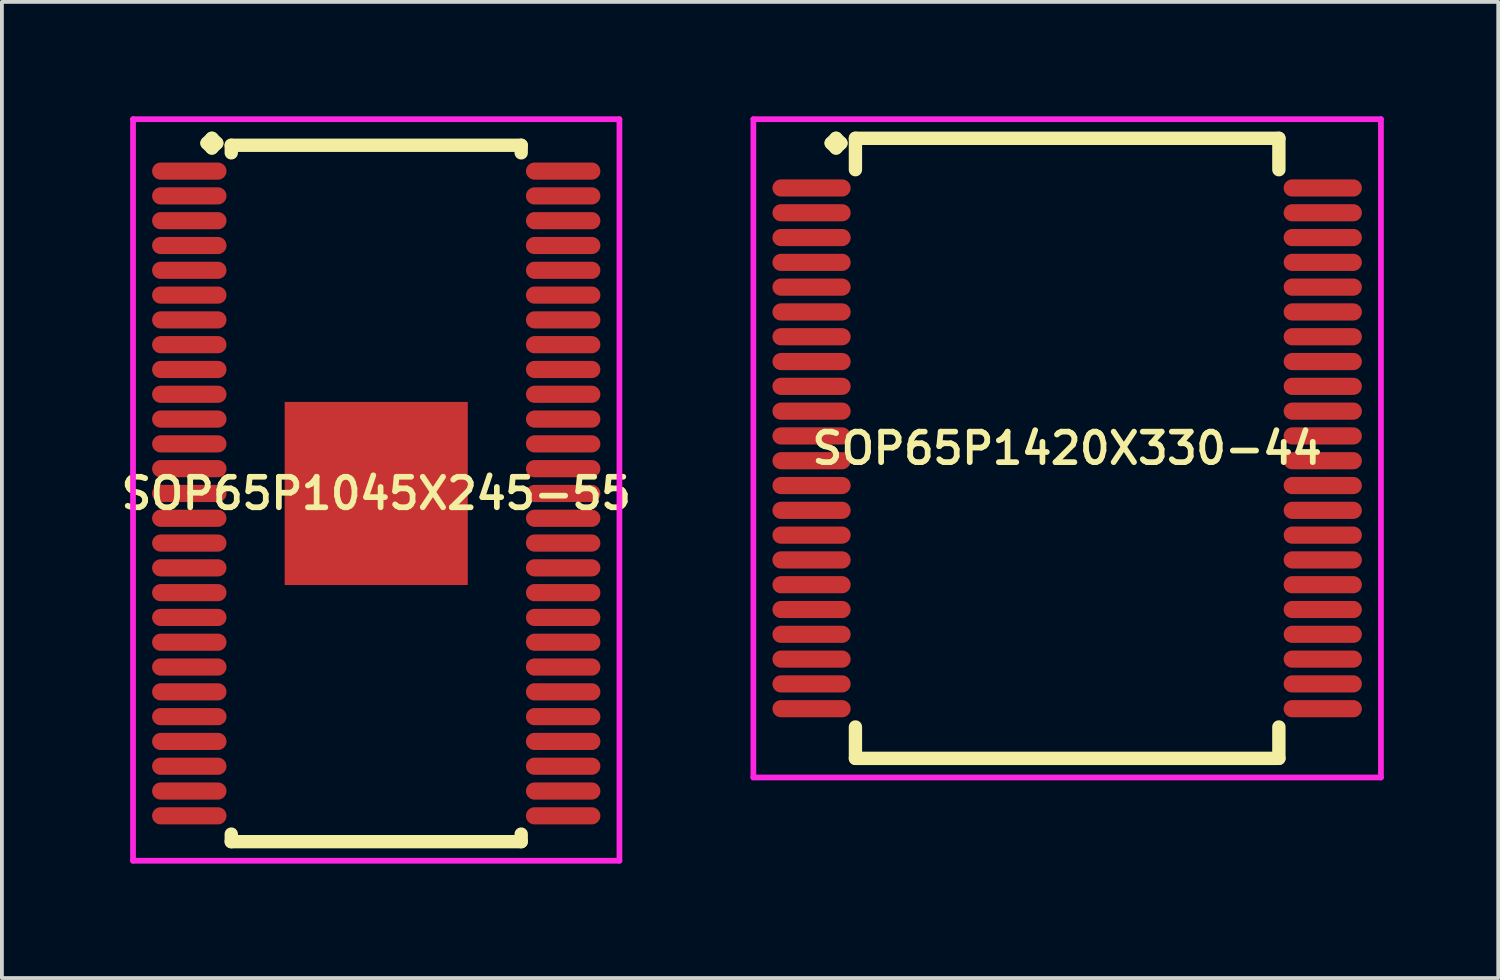
<source format=kicad_pcb>
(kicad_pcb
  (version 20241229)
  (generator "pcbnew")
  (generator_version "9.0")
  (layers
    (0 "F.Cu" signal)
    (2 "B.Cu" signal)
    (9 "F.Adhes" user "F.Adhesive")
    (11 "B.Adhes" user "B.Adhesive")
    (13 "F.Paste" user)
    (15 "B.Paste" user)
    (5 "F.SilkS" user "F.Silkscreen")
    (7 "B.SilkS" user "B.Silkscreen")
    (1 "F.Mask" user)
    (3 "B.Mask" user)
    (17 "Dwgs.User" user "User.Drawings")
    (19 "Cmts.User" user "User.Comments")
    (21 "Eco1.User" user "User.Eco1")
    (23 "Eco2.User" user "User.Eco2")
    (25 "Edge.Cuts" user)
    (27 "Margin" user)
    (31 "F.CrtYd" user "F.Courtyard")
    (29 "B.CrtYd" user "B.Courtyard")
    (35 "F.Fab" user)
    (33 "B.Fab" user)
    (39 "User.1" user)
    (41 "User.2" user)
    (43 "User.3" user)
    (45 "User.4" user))
  (footprint "SOP65P1045X245-55"
    (layer "F.Cu")
    (at 6.812 9.885)
    (property "Reference" "SOP65P1045X245-55" (at 0 0 0) (layer "F.SilkS") (effects (font (size 0.8 0.8) (thickness 0.15))))
    (attr smd)
    (fp_line (start -4.435 -9.183) (end -4.308 -9.31) (stroke (width 0.35) (type solid)) (layer "F.SilkS"))
    (fp_line (start -4.308 -9.31) (end -4.181 -9.183) (stroke (width 0.35) (type solid)) (layer "F.SilkS"))
    (fp_line (start -4.308 -9.056) (end -4.435 -9.183) (stroke (width 0.35) (type solid)) (layer "F.SilkS"))
    (fp_line (start -4.181 -9.183) (end -4.308 -9.056) (stroke (width 0.35) (type solid)) (layer "F.SilkS"))
    (fp_line (start -3.8 -9.127) (end 3.8 -9.127) (stroke (width 0.35) (type solid)) (layer "F.SilkS"))
    (fp_line (start -3.8 -8.929) (end -3.8 -9.127) (stroke (width 0.35) (type solid)) (layer "F.SilkS"))
    (fp_line (start -3.8 8.929) (end -3.8 9.127) (stroke (width 0.35) (type solid)) (layer "F.SilkS"))
    (fp_line (start -3.8 9.127) (end 3.8 9.127) (stroke (width 0.35) (type solid)) (layer "F.SilkS"))
    (fp_line (start 3.8 -9.127) (end 3.8 -8.929) (stroke (width 0.35) (type solid)) (layer "F.SilkS"))
    (fp_line (start 3.8 9.127) (end 3.8 8.929) (stroke (width 0.35) (type solid)) (layer "F.SilkS"))
    (fp_line (start -6.375 -9.81) (end 6.375 -9.81) (stroke (width 0.15) (type solid)) (layer "F.CrtYd"))
    (fp_line (start -6.375 9.627) (end -6.375 -9.81) (stroke (width 0.15) (type solid)) (layer "F.CrtYd"))
    (fp_line (start 6.375 -9.81) (end 6.375 9.627) (stroke (width 0.15) (type solid)) (layer "F.CrtYd"))
    (fp_line (start 6.375 9.627) (end -6.375 9.627) (stroke (width 0.15) (type solid)) (layer "F.CrtYd"))
    (pad "1" smd oval (at -4.9 -8.45) (size 1.95 0.45) (layers "F.Cu" "F.Mask" "F.Paste"))
    (pad "2" smd oval (at -4.9 -7.8) (size 1.95 0.45) (layers "F.Cu" "F.Mask" "F.Paste"))
    (pad "3" smd oval (at -4.9 -7.15) (size 1.95 0.45) (layers "F.Cu" "F.Mask" "F.Paste"))
    (pad "4" smd oval (at -4.9 -6.5) (size 1.95 0.45) (layers "F.Cu" "F.Mask" "F.Paste"))
    (pad "5" smd oval (at -4.9 -5.85) (size 1.95 0.45) (layers "F.Cu" "F.Mask" "F.Paste"))
    (pad "6" smd oval (at -4.9 -5.2) (size 1.95 0.45) (layers "F.Cu" "F.Mask" "F.Paste"))
    (pad "7" smd oval (at -4.9 -4.55) (size 1.95 0.45) (layers "F.Cu" "F.Mask" "F.Paste"))
    (pad "8" smd oval (at -4.9 -3.9) (size 1.95 0.45) (layers "F.Cu" "F.Mask" "F.Paste"))
    (pad "9" smd oval (at -4.9 -3.25) (size 1.95 0.45) (layers "F.Cu" "F.Mask" "F.Paste"))
    (pad "10" smd oval (at -4.9 -2.6) (size 1.95 0.45) (layers "F.Cu" "F.Mask" "F.Paste"))
    (pad "11" smd oval (at -4.9 -1.95) (size 1.95 0.45) (layers "F.Cu" "F.Mask" "F.Paste"))
    (pad "12" smd oval (at -4.9 -1.3) (size 1.95 0.45) (layers "F.Cu" "F.Mask" "F.Paste"))
    (pad "13" smd oval (at -4.9 -0.65) (size 1.95 0.45) (layers "F.Cu" "F.Mask" "F.Paste"))
    (pad "14" smd oval (at -4.9 0) (size 1.95 0.45) (layers "F.Cu" "F.Mask" "F.Paste"))
    (pad "15" smd oval (at -4.9 0.65) (size 1.95 0.45) (layers "F.Cu" "F.Mask" "F.Paste"))
    (pad "16" smd oval (at -4.9 1.3) (size 1.95 0.45) (layers "F.Cu" "F.Mask" "F.Paste"))
    (pad "17" smd oval (at -4.9 1.95) (size 1.95 0.45) (layers "F.Cu" "F.Mask" "F.Paste"))
    (pad "18" smd oval (at -4.9 2.6) (size 1.95 0.45) (layers "F.Cu" "F.Mask" "F.Paste"))
    (pad "19" smd oval (at -4.9 3.25) (size 1.95 0.45) (layers "F.Cu" "F.Mask" "F.Paste"))
    (pad "20" smd oval (at -4.9 3.9) (size 1.95 0.45) (layers "F.Cu" "F.Mask" "F.Paste"))
    (pad "21" smd oval (at -4.9 4.55) (size 1.95 0.45) (layers "F.Cu" "F.Mask" "F.Paste"))
    (pad "22" smd oval (at -4.9 5.2) (size 1.95 0.45) (layers "F.Cu" "F.Mask" "F.Paste"))
    (pad "23" smd oval (at -4.9 5.85) (size 1.95 0.45) (layers "F.Cu" "F.Mask" "F.Paste"))
    (pad "24" smd oval (at -4.9 6.5) (size 1.95 0.45) (layers "F.Cu" "F.Mask" "F.Paste"))
    (pad "25" smd oval (at -4.9 7.15) (size 1.95 0.45) (layers "F.Cu" "F.Mask" "F.Paste"))
    (pad "26" smd oval (at -4.9 7.8) (size 1.95 0.45) (layers "F.Cu" "F.Mask" "F.Paste"))
    (pad "27" smd oval (at -4.9 8.45) (size 1.95 0.45) (layers "F.Cu" "F.Mask" "F.Paste"))
    (pad "28" smd oval (at 4.9 8.45) (size 1.95 0.45) (layers "F.Cu" "F.Mask" "F.Paste"))
    (pad "29" smd oval (at 4.9 7.8) (size 1.95 0.45) (layers "F.Cu" "F.Mask" "F.Paste"))
    (pad "30" smd oval (at 4.9 7.15) (size 1.95 0.45) (layers "F.Cu" "F.Mask" "F.Paste"))
    (pad "31" smd oval (at 4.9 6.5) (size 1.95 0.45) (layers "F.Cu" "F.Mask" "F.Paste"))
    (pad "32" smd oval (at 4.9 5.85) (size 1.95 0.45) (layers "F.Cu" "F.Mask" "F.Paste"))
    (pad "33" smd oval (at 4.9 5.2) (size 1.95 0.45) (layers "F.Cu" "F.Mask" "F.Paste"))
    (pad "34" smd oval (at 4.9 4.55) (size 1.95 0.45) (layers "F.Cu" "F.Mask" "F.Paste"))
    (pad "35" smd oval (at 4.9 3.9) (size 1.95 0.45) (layers "F.Cu" "F.Mask" "F.Paste"))
    (pad "36" smd oval (at 4.9 3.25) (size 1.95 0.45) (layers "F.Cu" "F.Mask" "F.Paste"))
    (pad "37" smd oval (at 4.9 2.6) (size 1.95 0.45) (layers "F.Cu" "F.Mask" "F.Paste"))
    (pad "38" smd oval (at 4.9 1.95) (size 1.95 0.45) (layers "F.Cu" "F.Mask" "F.Paste"))
    (pad "39" smd oval (at 4.9 1.3) (size 1.95 0.45) (layers "F.Cu" "F.Mask" "F.Paste"))
    (pad "40" smd oval (at 4.9 0.65) (size 1.95 0.45) (layers "F.Cu" "F.Mask" "F.Paste"))
    (pad "41" smd oval (at 4.9 0) (size 1.95 0.45) (layers "F.Cu" "F.Mask" "F.Paste"))
    (pad "42" smd oval (at 4.9 -0.65) (size 1.95 0.45) (layers "F.Cu" "F.Mask" "F.Paste"))
    (pad "43" smd oval (at 4.9 -1.3) (size 1.95 0.45) (layers "F.Cu" "F.Mask" "F.Paste"))
    (pad "44" smd oval (at 4.9 -1.95) (size 1.95 0.45) (layers "F.Cu" "F.Mask" "F.Paste"))
    (pad "45" smd oval (at 4.9 -2.6) (size 1.95 0.45) (layers "F.Cu" "F.Mask" "F.Paste"))
    (pad "46" smd oval (at 4.9 -3.25) (size 1.95 0.45) (layers "F.Cu" "F.Mask" "F.Paste"))
    (pad "47" smd oval (at 4.9 -3.9) (size 1.95 0.45) (layers "F.Cu" "F.Mask" "F.Paste"))
    (pad "48" smd oval (at 4.9 -4.55) (size 1.95 0.45) (layers "F.Cu" "F.Mask" "F.Paste"))
    (pad "49" smd oval (at 4.9 -5.2) (size 1.95 0.45) (layers "F.Cu" "F.Mask" "F.Paste"))
    (pad "50" smd oval (at 4.9 -5.85) (size 1.95 0.45) (layers "F.Cu" "F.Mask" "F.Paste"))
    (pad "51" smd oval (at 4.9 -6.5) (size 1.95 0.45) (layers "F.Cu" "F.Mask" "F.Paste"))
    (pad "52" smd oval (at 4.9 -7.15) (size 1.95 0.45) (layers "F.Cu" "F.Mask" "F.Paste"))
    (pad "53" smd oval (at 4.9 -7.8) (size 1.95 0.45) (layers "F.Cu" "F.Mask" "F.Paste"))
    (pad "54" smd oval (at 4.9 -8.45) (size 1.95 0.45) (layers "F.Cu" "F.Mask" "F.Paste"))
    (pad "55" smd rect (at 0 0) (size 4.8 4.8) (layers "F.Cu" "F.Mask" "F.Paste")))
  (footprint "SOP65P1420X330-44"
    (layer "F.Cu")
    (at 24.923 8.702)
    (property "Reference" "SOP65P1420X330-44" (at 0 0 0) (layer "F.SilkS") (effects (font (size 0.8 0.8) (thickness 0.15))))
    (attr smd)
    (fp_line (start -6.185 -8) (end -6.058 -8.127) (stroke (width 0.35) (type solid)) (layer "F.SilkS"))
    (fp_line (start -6.058 -8.127) (end -5.931 -8) (stroke (width 0.35) (type solid)) (layer "F.SilkS"))
    (fp_line (start -6.058 -7.873) (end -6.185 -8) (stroke (width 0.35) (type solid)) (layer "F.SilkS"))
    (fp_line (start -5.931 -8) (end -6.058 -7.873) (stroke (width 0.35) (type solid)) (layer "F.SilkS"))
    (fp_line (start -5.55 -8.127) (end 5.55 -8.127) (stroke (width 0.35) (type solid)) (layer "F.SilkS"))
    (fp_line (start -5.55 -7.304) (end -5.55 -8.127) (stroke (width 0.35) (type solid)) (layer "F.SilkS"))
    (fp_line (start -5.55 7.304) (end -5.55 8.127) (stroke (width 0.35) (type solid)) (layer "F.SilkS"))
    (fp_line (start -5.55 8.127) (end 5.55 8.127) (stroke (width 0.35) (type solid)) (layer "F.SilkS"))
    (fp_line (start 5.55 -8.127) (end 5.55 -7.304) (stroke (width 0.35) (type solid)) (layer "F.SilkS"))
    (fp_line (start 5.55 8.127) (end 5.55 7.304) (stroke (width 0.35) (type solid)) (layer "F.SilkS"))
    (fp_line (start -8.225 -8.627) (end 8.225 -8.627) (stroke (width 0.15) (type solid)) (layer "F.CrtYd"))
    (fp_line (start -8.225 8.627) (end -8.225 -8.627) (stroke (width 0.15) (type solid)) (layer "F.CrtYd"))
    (fp_line (start 8.225 -8.627) (end 8.225 8.627) (stroke (width 0.15) (type solid)) (layer "F.CrtYd"))
    (fp_line (start 8.225 8.627) (end -8.225 8.627) (stroke (width 0.15) (type solid)) (layer "F.CrtYd"))
    (pad "1" smd oval (at -6.7 -6.825) (size 2.05 0.45) (layers "F.Cu" "F.Mask" "F.Paste"))
    (pad "2" smd oval (at -6.7 -6.175) (size 2.05 0.45) (layers "F.Cu" "F.Mask" "F.Paste"))
    (pad "3" smd oval (at -6.7 -5.525) (size 2.05 0.45) (layers "F.Cu" "F.Mask" "F.Paste"))
    (pad "4" smd oval (at -6.7 -4.875) (size 2.05 0.45) (layers "F.Cu" "F.Mask" "F.Paste"))
    (pad "5" smd oval (at -6.7 -4.225) (size 2.05 0.45) (layers "F.Cu" "F.Mask" "F.Paste"))
    (pad "6" smd oval (at -6.7 -3.575) (size 2.05 0.45) (layers "F.Cu" "F.Mask" "F.Paste"))
    (pad "7" smd oval (at -6.7 -2.925) (size 2.05 0.45) (layers "F.Cu" "F.Mask" "F.Paste"))
    (pad "8" smd oval (at -6.7 -2.275) (size 2.05 0.45) (layers "F.Cu" "F.Mask" "F.Paste"))
    (pad "9" smd oval (at -6.7 -1.625) (size 2.05 0.45) (layers "F.Cu" "F.Mask" "F.Paste"))
    (pad "10" smd oval (at -6.7 -0.975) (size 2.05 0.45) (layers "F.Cu" "F.Mask" "F.Paste"))
    (pad "11" smd oval (at -6.7 -0.325) (size 2.05 0.45) (layers "F.Cu" "F.Mask" "F.Paste"))
    (pad "12" smd oval (at -6.7 0.325) (size 2.05 0.45) (layers "F.Cu" "F.Mask" "F.Paste"))
    (pad "13" smd oval (at -6.7 0.975) (size 2.05 0.45) (layers "F.Cu" "F.Mask" "F.Paste"))
    (pad "14" smd oval (at -6.7 1.625) (size 2.05 0.45) (layers "F.Cu" "F.Mask" "F.Paste"))
    (pad "15" smd oval (at -6.7 2.275) (size 2.05 0.45) (layers "F.Cu" "F.Mask" "F.Paste"))
    (pad "16" smd oval (at -6.7 2.925) (size 2.05 0.45) (layers "F.Cu" "F.Mask" "F.Paste"))
    (pad "17" smd oval (at -6.7 3.575) (size 2.05 0.45) (layers "F.Cu" "F.Mask" "F.Paste"))
    (pad "18" smd oval (at -6.7 4.225) (size 2.05 0.45) (layers "F.Cu" "F.Mask" "F.Paste"))
    (pad "19" smd oval (at -6.7 4.875) (size 2.05 0.45) (layers "F.Cu" "F.Mask" "F.Paste"))
    (pad "20" smd oval (at -6.7 5.525) (size 2.05 0.45) (layers "F.Cu" "F.Mask" "F.Paste"))
    (pad "21" smd oval (at -6.7 6.175) (size 2.05 0.45) (layers "F.Cu" "F.Mask" "F.Paste"))
    (pad "22" smd oval (at -6.7 6.825) (size 2.05 0.45) (layers "F.Cu" "F.Mask" "F.Paste"))
    (pad "23" smd oval (at 6.7 6.825) (size 2.05 0.45) (layers "F.Cu" "F.Mask" "F.Paste"))
    (pad "24" smd oval (at 6.7 6.175) (size 2.05 0.45) (layers "F.Cu" "F.Mask" "F.Paste"))
    (pad "25" smd oval (at 6.7 5.525) (size 2.05 0.45) (layers "F.Cu" "F.Mask" "F.Paste"))
    (pad "26" smd oval (at 6.7 4.875) (size 2.05 0.45) (layers "F.Cu" "F.Mask" "F.Paste"))
    (pad "27" smd oval (at 6.7 4.225) (size 2.05 0.45) (layers "F.Cu" "F.Mask" "F.Paste"))
    (pad "28" smd oval (at 6.7 3.575) (size 2.05 0.45) (layers "F.Cu" "F.Mask" "F.Paste"))
    (pad "29" smd oval (at 6.7 2.925) (size 2.05 0.45) (layers "F.Cu" "F.Mask" "F.Paste"))
    (pad "30" smd oval (at 6.7 2.275) (size 2.05 0.45) (layers "F.Cu" "F.Mask" "F.Paste"))
    (pad "31" smd oval (at 6.7 1.625) (size 2.05 0.45) (layers "F.Cu" "F.Mask" "F.Paste"))
    (pad "32" smd oval (at 6.7 0.975) (size 2.05 0.45) (layers "F.Cu" "F.Mask" "F.Paste"))
    (pad "33" smd oval (at 6.7 0.325) (size 2.05 0.45) (layers "F.Cu" "F.Mask" "F.Paste"))
    (pad "34" smd oval (at 6.7 -0.325) (size 2.05 0.45) (layers "F.Cu" "F.Mask" "F.Paste"))
    (pad "35" smd oval (at 6.7 -0.975) (size 2.05 0.45) (layers "F.Cu" "F.Mask" "F.Paste"))
    (pad "36" smd oval (at 6.7 -1.625) (size 2.05 0.45) (layers "F.Cu" "F.Mask" "F.Paste"))
    (pad "37" smd oval (at 6.7 -2.275) (size 2.05 0.45) (layers "F.Cu" "F.Mask" "F.Paste"))
    (pad "38" smd oval (at 6.7 -2.925) (size 2.05 0.45) (layers "F.Cu" "F.Mask" "F.Paste"))
    (pad "39" smd oval (at 6.7 -3.575) (size 2.05 0.45) (layers "F.Cu" "F.Mask" "F.Paste"))
    (pad "40" smd oval (at 6.7 -4.225) (size 2.05 0.45) (layers "F.Cu" "F.Mask" "F.Paste"))
    (pad "41" smd oval (at 6.7 -4.875) (size 2.05 0.45) (layers "F.Cu" "F.Mask" "F.Paste"))
    (pad "42" smd oval (at 6.7 -5.525) (size 2.05 0.45) (layers "F.Cu" "F.Mask" "F.Paste"))
    (pad "43" smd oval (at 6.7 -6.175) (size 2.05 0.45) (layers "F.Cu" "F.Mask" "F.Paste"))
    (pad "44" smd oval (at 6.7 -6.825) (size 2.05 0.45) (layers "F.Cu" "F.Mask" "F.Paste")))
  (gr_rect
    (start -3 -3)
    (end 36.223 22.587)
    (stroke (width 0.1) (type default))
    (fill no)
    (layer "Edge.Cuts")))
</source>
